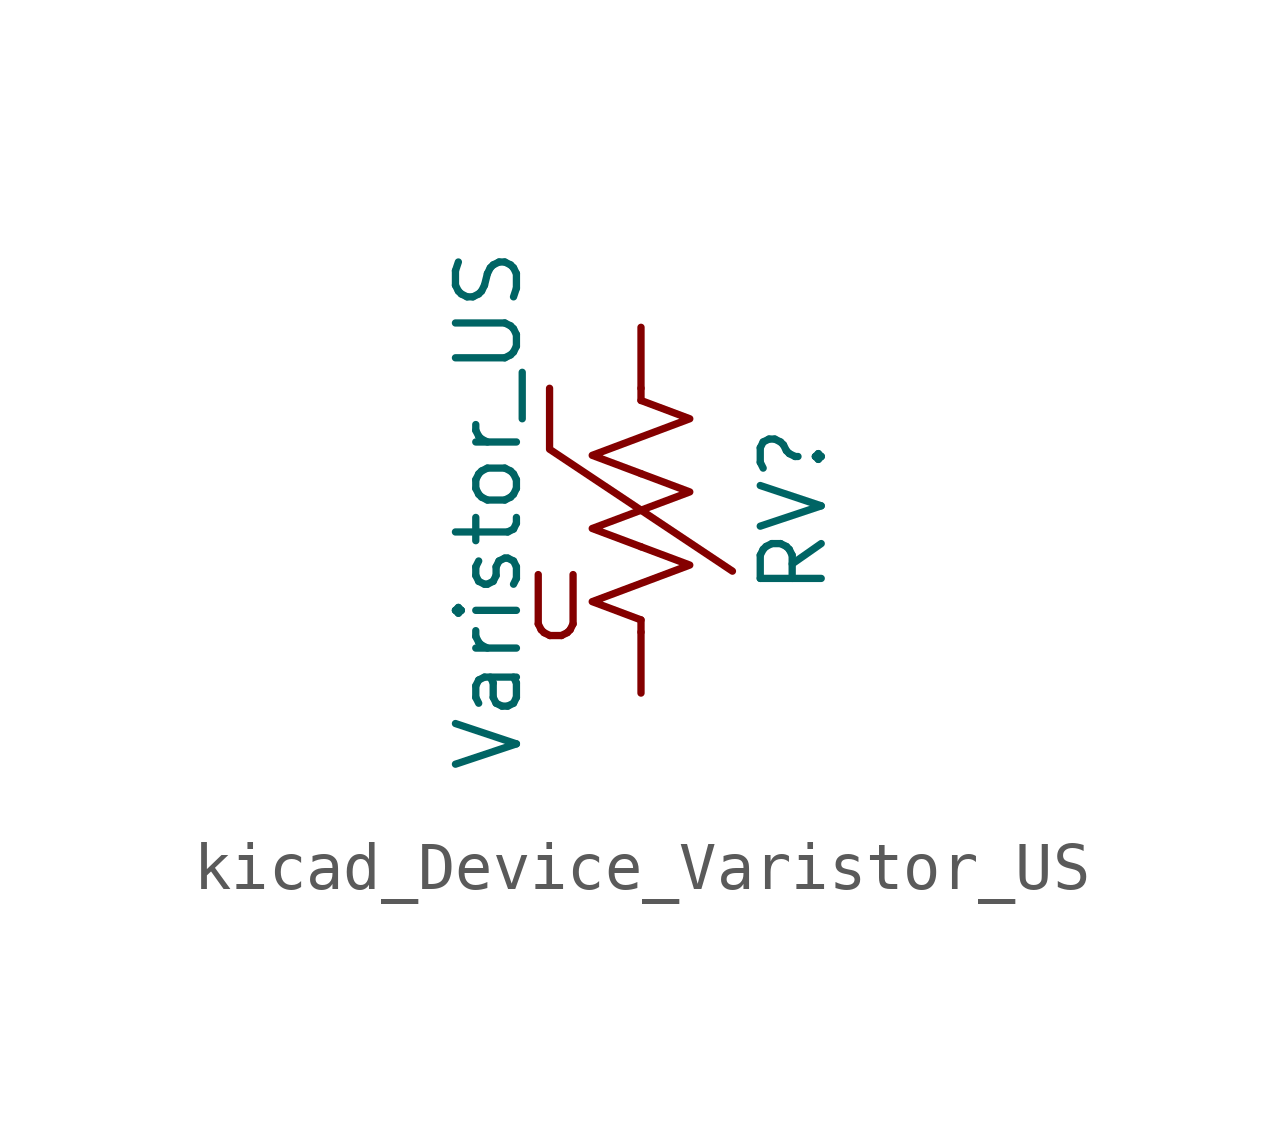
<source format=kicad_sym>
(kicad_symbol_lib
  (version 20220914)
  (generator kicad_symbol_editor)
  (symbol "kicad_Device_Varistor_US"
    (pin_numbers hide)
    (pin_names
      (offset 0))
    (property "Reference" "RV"
      (at 3.175 0 90)
      (effects (font (size 1.27 1.27))))
    (property "Value" "Varistor_US"
      (at -3.175 0 90)
      (effects (font (size 1.27 1.27))))
    (symbol "kicad_Device_Varistor_US_0_0"
      (text "U" (at -1.778 -2.032 0) (effects (font (size 1.27 1.27)))))
    (symbol "kicad_Device_Varistor_US_0_1"
      (polyline (pts (xy 0 -2.286) (xy 0 -2.54)) (stroke (width 0) (type default)) (fill (type none)))
      (polyline (pts (xy 0 2.286) (xy 0 2.54)) (stroke (width 0) (type default)) (fill (type none)))
      (polyline (pts (xy -1.905 2.54) (xy -1.905 1.27) (xy 1.905 -1.27)) (stroke (width 0) (type default)) (fill (type none)))
      (polyline (pts (xy 0 -0.762) (xy 1.016 -1.143) (xy 0 -1.524) (xy -1.016 -1.905) (xy 0 -2.286)) (stroke (width 0) (type default)) (fill (type none)))
      (polyline (pts (xy 0 0.762) (xy 1.016 0.381) (xy 0 0) (xy -1.016 -0.381) (xy 0 -0.762)) (stroke (width 0) (type default)) (fill (type none)))
      (polyline (pts (xy 0 2.286) (xy 1.016 1.905) (xy 0 1.524) (xy -1.016 1.143) (xy 0 0.762)) (stroke (width 0) (type default)) (fill (type none))))
    (symbol "kicad_Device_Varistor_US_1_1"
      (pin passive line (at 0 3.81 270) (length 1.27) (name "~" (effects (font (size 1.27 1.27)))) (number "1" (effects (font (size 1.27 1.27)))))
      (pin passive line (at 0 -3.81 90) (length 1.27) (name "~" (effects (font (size 1.27 1.27)))) (number "2" (effects (font (size 1.27 1.27))))))))
</source>
